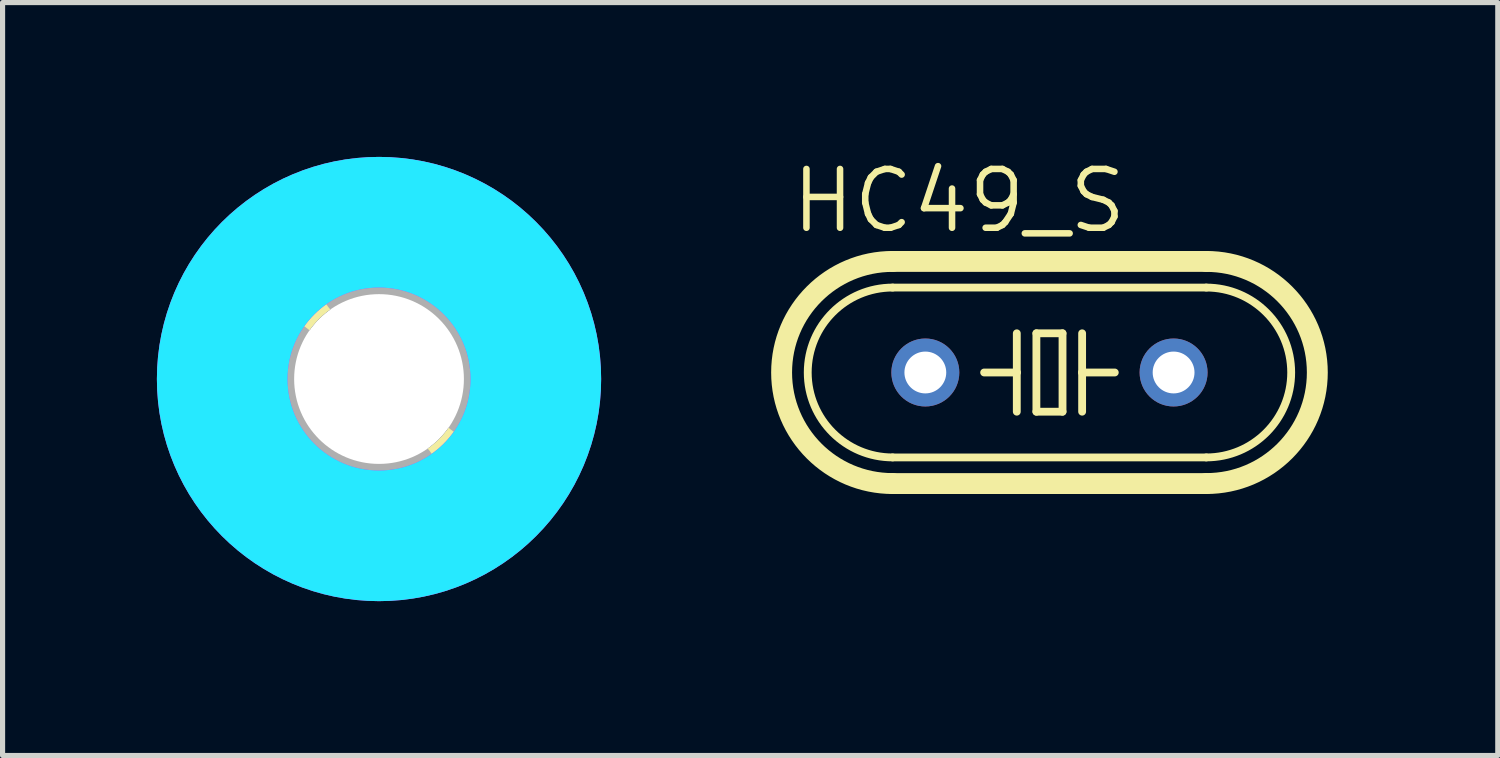
<source format=kicad_pcb>
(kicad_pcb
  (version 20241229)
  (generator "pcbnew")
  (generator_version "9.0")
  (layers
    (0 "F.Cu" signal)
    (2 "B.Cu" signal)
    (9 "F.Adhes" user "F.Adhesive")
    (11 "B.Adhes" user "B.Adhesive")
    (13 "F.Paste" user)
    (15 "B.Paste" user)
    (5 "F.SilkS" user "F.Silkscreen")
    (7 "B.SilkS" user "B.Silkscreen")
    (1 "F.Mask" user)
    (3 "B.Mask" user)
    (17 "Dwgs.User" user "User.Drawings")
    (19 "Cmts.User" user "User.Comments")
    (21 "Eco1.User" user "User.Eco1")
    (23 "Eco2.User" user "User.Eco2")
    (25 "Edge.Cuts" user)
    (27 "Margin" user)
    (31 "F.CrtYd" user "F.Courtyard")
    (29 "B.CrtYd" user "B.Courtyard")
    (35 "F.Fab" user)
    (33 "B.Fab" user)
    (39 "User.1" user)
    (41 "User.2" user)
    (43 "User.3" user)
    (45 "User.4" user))
  (footprint "HC49_S"
    (layer "F.Cu")
    (at 17.351 4.191)
    (property "Reference" "HC49_S" (at -5.08 -2.667 0) (layer "F.SilkS") (effects (font (size 1.143 1.143) (thickness 0.127)) (justify left bottom)))
    (fp_line (start -3.048 -2.159) (end 3.048 -2.159) (stroke (width 0.406) (type solid)) (layer "F.SilkS"))
    (fp_line (start -3.048 1.651) (end 3.048 1.651) (stroke (width 0.152) (type solid)) (layer "F.SilkS"))
    (fp_line (start -3.048 2.159) (end 3.048 2.159) (stroke (width 0.406) (type solid)) (layer "F.SilkS"))
    (fp_line (start -0.635 -0.762) (end -0.635 0) (stroke (width 0.152) (type solid)) (layer "F.SilkS"))
    (fp_line (start -0.635 0) (end -1.27 0) (stroke (width 0.152) (type solid)) (layer "F.SilkS"))
    (fp_line (start -0.635 0) (end -0.635 0.762) (stroke (width 0.152) (type solid)) (layer "F.SilkS"))
    (fp_line (start -0.254 -0.762) (end 0.254 -0.762) (stroke (width 0.152) (type solid)) (layer "F.SilkS"))
    (fp_line (start -0.254 0.762) (end -0.254 -0.762) (stroke (width 0.152) (type solid)) (layer "F.SilkS"))
    (fp_line (start 0.254 -0.762) (end 0.254 0.762) (stroke (width 0.152) (type solid)) (layer "F.SilkS"))
    (fp_line (start 0.254 0.762) (end -0.254 0.762) (stroke (width 0.152) (type solid)) (layer "F.SilkS"))
    (fp_line (start 0.635 -0.762) (end 0.635 0) (stroke (width 0.152) (type solid)) (layer "F.SilkS"))
    (fp_line (start 0.635 0) (end 0.635 0.762) (stroke (width 0.152) (type solid)) (layer "F.SilkS"))
    (fp_line (start 0.635 0) (end 1.27 0) (stroke (width 0.152) (type solid)) (layer "F.SilkS"))
    (fp_line (start 3.048 -1.651) (end -3.048 -1.651) (stroke (width 0.152) (type solid)) (layer "F.SilkS"))
    (fp_arc (start -3.048 1.651) (mid -4.699 0) (end -3.048 -1.651) (stroke (width 0.1524) (type solid)) (layer "F.SilkS"))
    (fp_arc (start -3.048 2.159) (mid -5.207 0) (end -3.048 -2.159) (stroke (width 0.4064) (type solid)) (layer "F.SilkS"))
    (fp_arc (start 3.048 -2.159) (mid 5.207 0) (end 3.048 2.159) (stroke (width 0.4064) (type solid)) (layer "F.SilkS"))
    (fp_arc (start 3.048 -1.651) (mid 4.699 0) (end 3.048 1.651) (stroke (width 0.1524) (type solid)) (layer "F.SilkS"))
    (pad "1" thru_hole circle (at -2.413 0) (size 1.321 1.321) (drill 0.813) (layers "*.Cu" "*.Mask"))
    (pad "2" thru_hole circle (at 2.413 0) (size 1.321 1.321) (drill 0.813) (layers "*.Cu" "*.Mask"))
    (zone (net_name "") (layers "F.Cu" "B.Cu") (hatch edge 0.5) (connect_pads) (min_thickness 0.25) (filled_areas_thickness no) (keepout (tracks allowed) (vias not_allowed) (pads allowed) (copperpour allowed) (footprints allowed)) (placement (enabled no)) (fill) (polygon (pts (xy 11.636 5.461) (xy 12.271 5.461) (xy 12.271 2.921) (xy 11.636 2.921))))
    (zone (net_name "") (layers "F.Cu" "B.Cu") (hatch edge 0.5) (connect_pads) (min_thickness 0.25) (filled_areas_thickness no) (keepout (tracks allowed) (vias not_allowed) (pads allowed) (copperpour allowed) (footprints allowed)) (placement (enabled no)) (fill) (polygon (pts (xy 12.271 6.096) (xy 12.906 6.096) (xy 12.906 2.286) (xy 12.271 2.286))))
    (zone (net_name "") (layers "F.Cu" "B.Cu") (hatch edge 0.5) (connect_pads) (min_thickness 0.25) (filled_areas_thickness no) (keepout (tracks allowed) (vias not_allowed) (pads allowed) (copperpour allowed) (footprints allowed)) (placement (enabled no)) (fill) (polygon (pts (xy 12.906 6.731) (xy 21.796 6.731) (xy 21.796 1.651) (xy 12.906 1.651))))
    (zone (net_name "") (layers "F.Cu" "B.Cu") (hatch edge 0.5) (connect_pads) (min_thickness 0.25) (filled_areas_thickness no) (keepout (tracks allowed) (vias not_allowed) (pads allowed) (copperpour allowed) (footprints allowed)) (placement (enabled no)) (fill) (polygon (pts (xy 21.796 6.096) (xy 22.431 6.096) (xy 22.431 2.286) (xy 21.796 2.286))))
    (zone (net_name "") (layers "F.Cu" "B.Cu") (hatch edge 0.5) (connect_pads) (min_thickness 0.25) (filled_areas_thickness no) (keepout (tracks allowed) (vias not_allowed) (pads allowed) (copperpour allowed) (footprints allowed)) (placement (enabled no)) (fill) (polygon (pts (xy 22.431 5.461) (xy 23.066 5.461) (xy 23.066 2.921) (xy 22.431 2.921)))))
  (footprint "3,3"
    (layer "F.Cu")
    (at 4.318 4.318)
    (property "Reference" "3,3" (at 0 0 0) (layer "F.SilkS") (effects (font (size 1.27 1.27) (thickness 0.15))))
    (fp_circle (center 0 0) (end 1.75 0) (stroke (width 0.203) (type solid)) (fill no) (layer "F.SilkS"))
    (fp_circle (center 0 0) (end 3.429 0) (stroke (width 0.152) (type solid)) (fill no) (layer "F.SilkS"))
    (fp_circle (center 0 0) (end 3.048 0) (stroke (width 2.54) (type solid)) (fill no) (layer "B.CrtYd"))
    (fp_circle (center 0 0) (end 3.048 0) (stroke (width 2.54) (type solid)) (fill no) (layer "F.CrtYd"))
    (fp_arc (start 0 -2.159) (mid 1.526644 -1.526644) (end 2.159 0) (stroke (width 2.4892) (type solid)) (layer "F.Fab"))
    (fp_arc (start 0 2.159) (mid -1.526644 1.526644) (end -2.159 0) (stroke (width 2.4892) (type solid)) (layer "F.Fab"))
    (fp_circle (center 0 0) (end 0.762 0) (stroke (width 0.457) (type solid)) (fill no) (layer "F.Fab"))
    (pad "" np_thru_hole circle (at 0 0) (size 3.3 3.3) (drill 3.3) (layers "*.Cu" "*.Mask"))
    (zone (net_name "") (layer "F.Cu") (hatch edge 0.5) (connect_pads) (min_thickness 0.25) (filled_areas_thickness no) (keepout (tracks not_allowed) (vias not_allowed) (pads not_allowed) (copperpour not_allowed) (footprints allowed)) (placement (enabled no)) (fill) (polygon (pts (xy 8.382 4.318) (xy 8.362 3.913) (xy 8.301 3.513) (xy 8.201 3.12) (xy 8.063 2.739) (xy 7.887 2.374) (xy 7.676 2.029) (xy 7.431 1.706) (xy 7.156 1.409) (xy 6.852 1.141) (xy 6.523 0.904) (xy 6.172 0.702) (xy 5.803 0.535) (xy 5.419 0.406) (xy 5.024 0.316) (xy 4.622 0.265) (xy 4.217 0.255) (xy 3.813 0.286) (xy 3.414 0.356) (xy 3.024 0.466) (xy 2.647 0.614) (xy 2.286 0.798) (xy 1.946 1.018) (xy 1.629 1.271) (xy 1.339 1.554) (xy 1.078 1.864) (xy 0.85 2.199) (xy 0.656 2.555) (xy 0.499 2.928) (xy 0.38 3.315) (xy 0.299 3.712) (xy 0.259 4.115) (xy 0.259 4.521) (xy 0.299 4.924) (xy 0.38 5.321) (xy 0.499 5.708) (xy 0.656 6.081) (xy 0.85 6.437) (xy 1.078 6.772) (xy 1.339 7.082) (xy 1.629 7.365) (xy 1.946 7.618) (xy 2.286 7.838) (xy 2.647 8.022) (xy 3.024 8.17) (xy 3.414 8.28) (xy 3.813 8.35) (xy 4.217 8.381) (xy 4.622 8.371) (xy 5.024 8.32) (xy 5.419 8.23) (xy 5.803 8.101) (xy 6.172 7.934) (xy 6.523 7.732) (xy 6.852 7.495) (xy 7.156 7.227) (xy 7.431 6.93) (xy 7.676 6.607) (xy 7.887 6.262) (xy 8.063 5.897) (xy 8.201 5.516) (xy 8.301 5.123) (xy 8.362 4.723))) (polygon (pts (xy 6.35 4.318) (xy 6.33 4.035) (xy 6.271 3.758) (xy 6.174 3.492) (xy 6.041 3.241) (xy 5.875 3.012) (xy 5.678 2.808) (xy 5.454 2.633) (xy 5.209 2.492) (xy 4.946 2.385) (xy 4.671 2.317) (xy 4.389 2.287) (xy 4.106 2.297) (xy 3.826 2.346) (xy 3.557 2.434) (xy 3.302 2.558) (xy 3.067 2.717) (xy 2.856 2.906) (xy 2.674 3.124) (xy 2.524 3.364) (xy 2.409 3.623) (xy 2.33 3.896) (xy 2.291 4.176) (xy 2.291 4.46) (xy 2.33 4.74) (xy 2.409 5.013) (xy 2.524 5.272) (xy 2.674 5.512) (xy 2.856 5.73) (xy 3.067 5.919) (xy 3.302 6.078) (xy 3.557 6.202) (xy 3.826 6.29) (xy 4.106 6.339) (xy 4.389 6.349) (xy 4.671 6.319) (xy 4.946 6.251) (xy 5.209 6.144) (xy 5.454 6.003) (xy 5.678 5.828) (xy 5.875 5.624) (xy 6.041 5.395) (xy 6.174 5.144) (xy 6.271 4.878) (xy 6.33 4.601))))
    (zone (net_name "") (layers "F.Cu" "B.Cu") (hatch edge 0.5) (connect_pads) (min_thickness 0.25) (filled_areas_thickness no) (keepout (tracks allowed) (vias not_allowed) (pads allowed) (copperpour allowed) (footprints allowed)) (placement (enabled no)) (fill) (polygon (pts (xy 8.382 4.318) (xy 8.362 3.913) (xy 8.301 3.513) (xy 8.201 3.12) (xy 8.063 2.739) (xy 7.887 2.374) (xy 7.676 2.029) (xy 7.431 1.706) (xy 7.156 1.409) (xy 6.852 1.141) (xy 6.523 0.904) (xy 6.172 0.702) (xy 5.803 0.535) (xy 5.419 0.406) (xy 5.024 0.316) (xy 4.622 0.265) (xy 4.217 0.255) (xy 3.813 0.286) (xy 3.414 0.356) (xy 3.024 0.466) (xy 2.647 0.614) (xy 2.286 0.798) (xy 1.946 1.018) (xy 1.629 1.271) (xy 1.339 1.554) (xy 1.078 1.864) (xy 0.85 2.199) (xy 0.656 2.555) (xy 0.499 2.928) (xy 0.38 3.315) (xy 0.299 3.712) (xy 0.259 4.115) (xy 0.259 4.521) (xy 0.299 4.924) (xy 0.38 5.321) (xy 0.499 5.708) (xy 0.656 6.081) (xy 0.85 6.437) (xy 1.078 6.772) (xy 1.339 7.082) (xy 1.629 7.365) (xy 1.946 7.618) (xy 2.286 7.838) (xy 2.647 8.022) (xy 3.024 8.17) (xy 3.414 8.28) (xy 3.813 8.35) (xy 4.217 8.381) (xy 4.622 8.371) (xy 5.024 8.32) (xy 5.419 8.23) (xy 5.803 8.101) (xy 6.172 7.934) (xy 6.523 7.732) (xy 6.852 7.495) (xy 7.156 7.227) (xy 7.431 6.93) (xy 7.676 6.607) (xy 7.887 6.262) (xy 8.063 5.897) (xy 8.201 5.516) (xy 8.301 5.123) (xy 8.362 4.723))) (polygon (pts (xy 6.35 4.318) (xy 6.33 4.035) (xy 6.271 3.758) (xy 6.174 3.492) (xy 6.041 3.241) (xy 5.875 3.012) (xy 5.678 2.808) (xy 5.454 2.633) (xy 5.209 2.492) (xy 4.946 2.385) (xy 4.671 2.317) (xy 4.389 2.287) (xy 4.106 2.297) (xy 3.826 2.346) (xy 3.557 2.434) (xy 3.302 2.558) (xy 3.067 2.717) (xy 2.856 2.906) (xy 2.674 3.124) (xy 2.524 3.364) (xy 2.409 3.623) (xy 2.33 3.896) (xy 2.291 4.176) (xy 2.291 4.46) (xy 2.33 4.74) (xy 2.409 5.013) (xy 2.524 5.272) (xy 2.674 5.512) (xy 2.856 5.73) (xy 3.067 5.919) (xy 3.302 6.078) (xy 3.557 6.202) (xy 3.826 6.29) (xy 4.106 6.339) (xy 4.389 6.349) (xy 4.671 6.319) (xy 4.946 6.251) (xy 5.209 6.144) (xy 5.454 6.003) (xy 5.678 5.828) (xy 5.875 5.624) (xy 6.041 5.395) (xy 6.174 5.144) (xy 6.271 4.878) (xy 6.33 4.601))))
    (zone (net_name "") (layer "B.Cu") (hatch edge 0.5) (connect_pads) (min_thickness 0.25) (filled_areas_thickness no) (keepout (tracks not_allowed) (vias not_allowed) (pads not_allowed) (copperpour not_allowed) (footprints allowed)) (placement (enabled no)) (fill) (polygon (pts (xy 8.382 4.318) (xy 8.362 3.913) (xy 8.301 3.513) (xy 8.201 3.12) (xy 8.063 2.739) (xy 7.887 2.374) (xy 7.676 2.029) (xy 7.431 1.706) (xy 7.156 1.409) (xy 6.852 1.141) (xy 6.523 0.904) (xy 6.172 0.702) (xy 5.803 0.535) (xy 5.419 0.406) (xy 5.024 0.316) (xy 4.622 0.265) (xy 4.217 0.255) (xy 3.813 0.286) (xy 3.414 0.356) (xy 3.024 0.466) (xy 2.647 0.614) (xy 2.286 0.798) (xy 1.946 1.018) (xy 1.629 1.271) (xy 1.339 1.554) (xy 1.078 1.864) (xy 0.85 2.199) (xy 0.656 2.555) (xy 0.499 2.928) (xy 0.38 3.315) (xy 0.299 3.712) (xy 0.259 4.115) (xy 0.259 4.521) (xy 0.299 4.924) (xy 0.38 5.321) (xy 0.499 5.708) (xy 0.656 6.081) (xy 0.85 6.437) (xy 1.078 6.772) (xy 1.339 7.082) (xy 1.629 7.365) (xy 1.946 7.618) (xy 2.286 7.838) (xy 2.647 8.022) (xy 3.024 8.17) (xy 3.414 8.28) (xy 3.813 8.35) (xy 4.217 8.381) (xy 4.622 8.371) (xy 5.024 8.32) (xy 5.419 8.23) (xy 5.803 8.101) (xy 6.172 7.934) (xy 6.523 7.732) (xy 6.852 7.495) (xy 7.156 7.227) (xy 7.431 6.93) (xy 7.676 6.607) (xy 7.887 6.262) (xy 8.063 5.897) (xy 8.201 5.516) (xy 8.301 5.123) (xy 8.362 4.723))) (polygon (pts (xy 6.35 4.318) (xy 6.33 4.035) (xy 6.271 3.758) (xy 6.174 3.492) (xy 6.041 3.241) (xy 5.875 3.012) (xy 5.678 2.808) (xy 5.454 2.633) (xy 5.209 2.492) (xy 4.946 2.385) (xy 4.671 2.317) (xy 4.389 2.287) (xy 4.106 2.297) (xy 3.826 2.346) (xy 3.557 2.434) (xy 3.302 2.558) (xy 3.067 2.717) (xy 2.856 2.906) (xy 2.674 3.124) (xy 2.524 3.364) (xy 2.409 3.623) (xy 2.33 3.896) (xy 2.291 4.176) (xy 2.291 4.46) (xy 2.33 4.74) (xy 2.409 5.013) (xy 2.524 5.272) (xy 2.674 5.512) (xy 2.856 5.73) (xy 3.067 5.919) (xy 3.302 6.078) (xy 3.557 6.202) (xy 3.826 6.29) (xy 4.106 6.339) (xy 4.389 6.349) (xy 4.671 6.319) (xy 4.946 6.251) (xy 5.209 6.144) (xy 5.454 6.003) (xy 5.678 5.828) (xy 5.875 5.624) (xy 6.041 5.395) (xy 6.174 5.144) (xy 6.271 4.878) (xy 6.33 4.601)))))
  (gr_rect
    (start -3 -3)
    (end 26.066 11.636)
    (stroke (width 0.1) (type default))
    (fill no)
    (layer "Edge.Cuts")))
</source>
